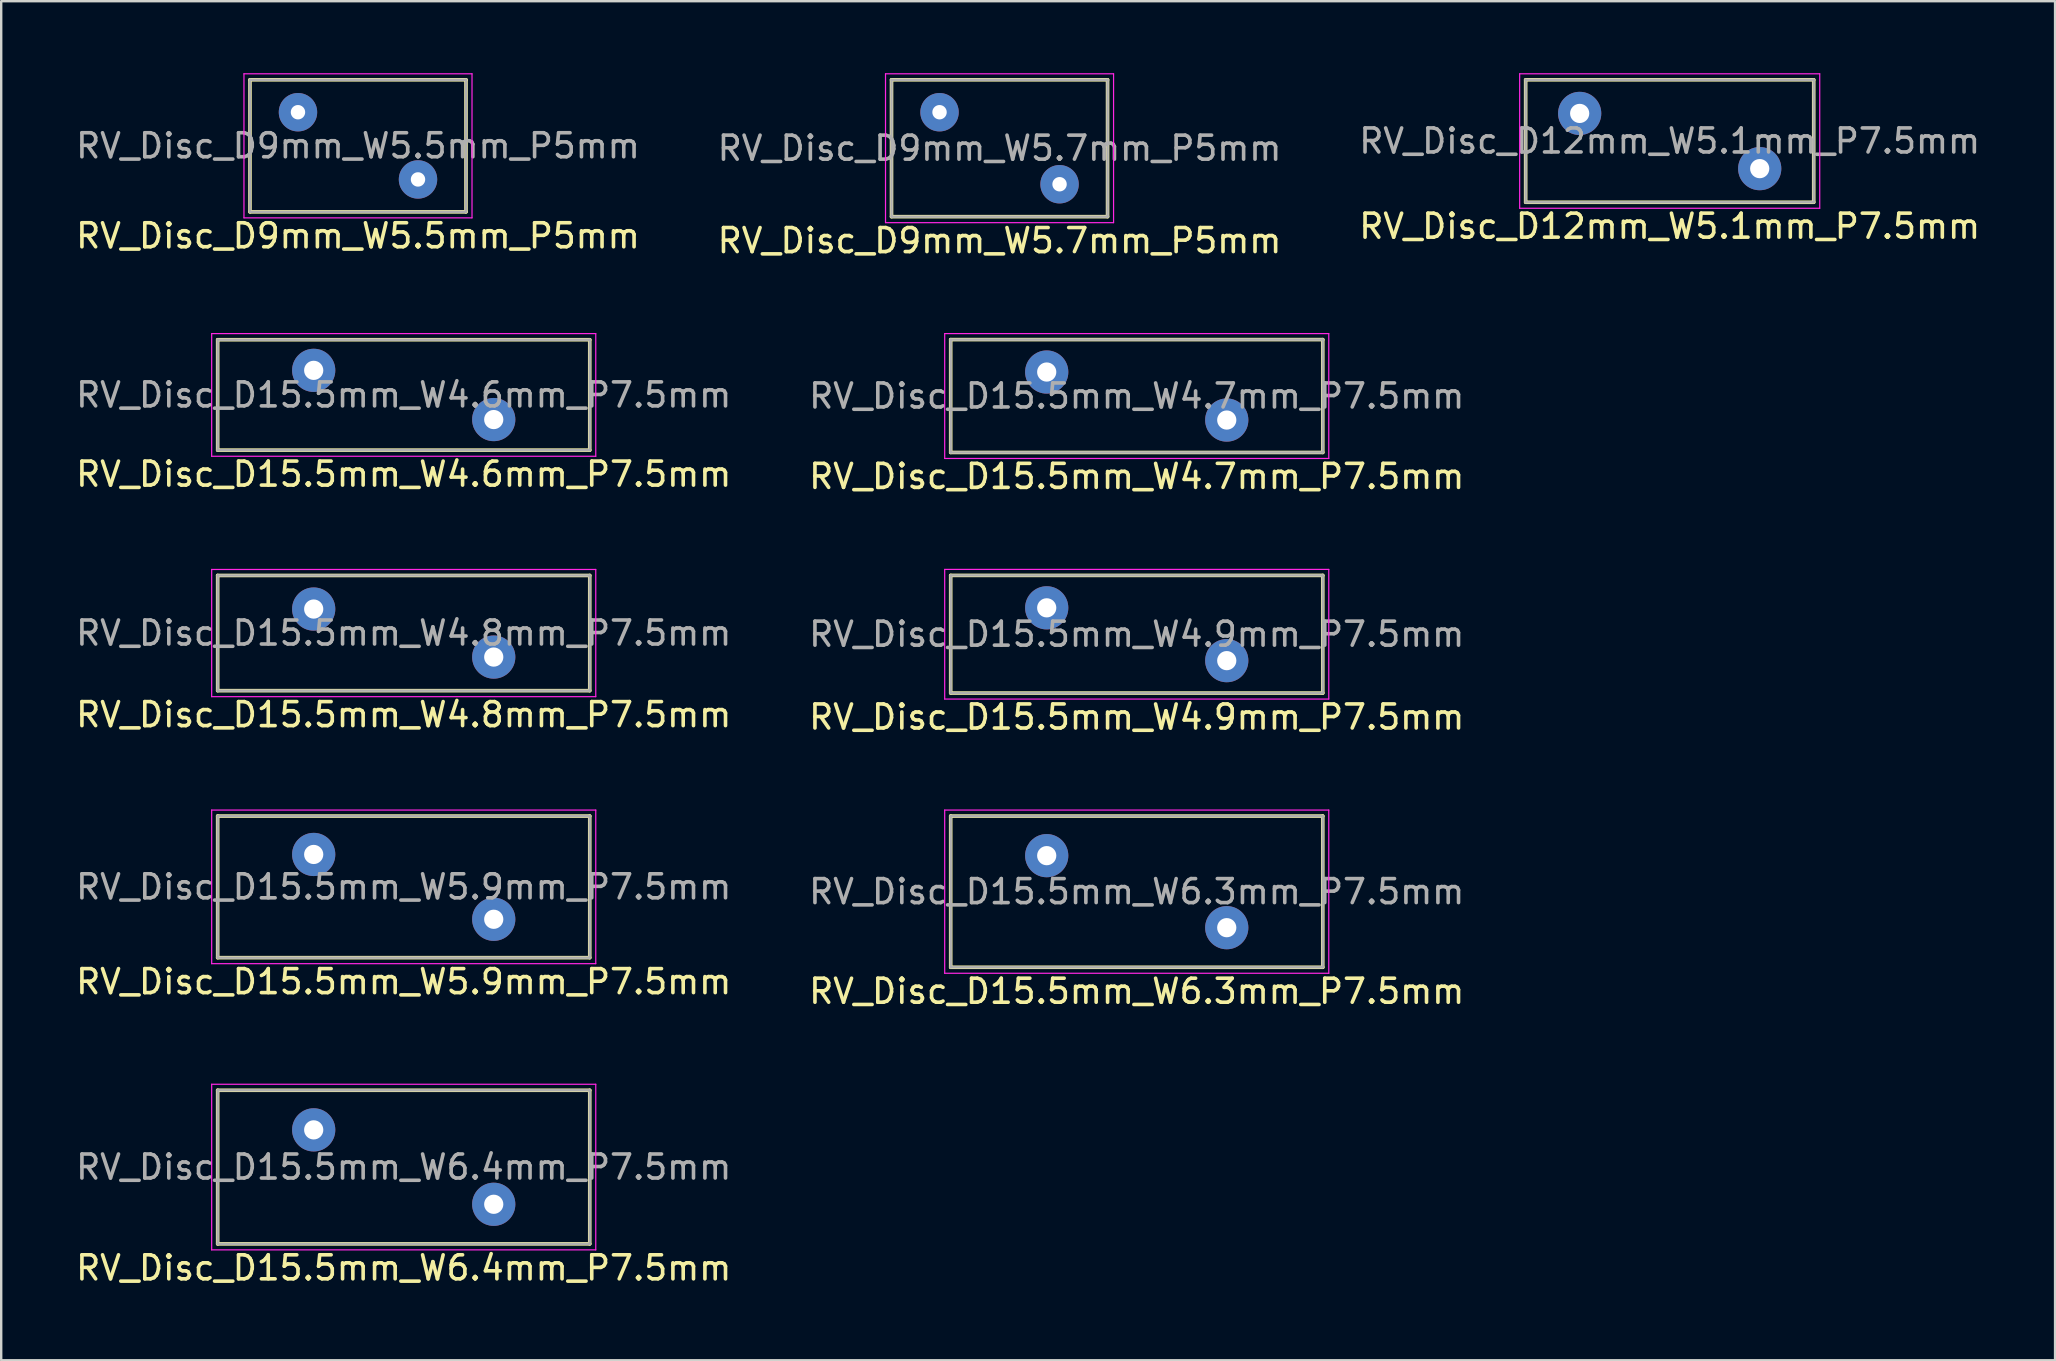
<source format=kicad_pcb>
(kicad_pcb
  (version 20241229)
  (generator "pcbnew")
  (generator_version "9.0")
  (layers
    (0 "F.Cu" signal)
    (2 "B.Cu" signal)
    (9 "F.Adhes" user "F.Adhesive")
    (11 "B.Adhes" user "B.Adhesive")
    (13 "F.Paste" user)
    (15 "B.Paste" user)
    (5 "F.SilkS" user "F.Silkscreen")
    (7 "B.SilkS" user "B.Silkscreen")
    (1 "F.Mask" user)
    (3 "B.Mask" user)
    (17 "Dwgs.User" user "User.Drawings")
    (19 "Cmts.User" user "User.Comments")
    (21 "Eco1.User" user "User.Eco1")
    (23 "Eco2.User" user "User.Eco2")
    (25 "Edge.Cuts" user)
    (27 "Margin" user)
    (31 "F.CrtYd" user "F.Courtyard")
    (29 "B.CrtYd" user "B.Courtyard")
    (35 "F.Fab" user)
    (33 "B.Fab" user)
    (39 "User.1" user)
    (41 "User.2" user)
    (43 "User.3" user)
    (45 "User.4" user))
  (footprint "RV_Disc_D15.5mm_W4.9mm_P7.5mm"
    (layer "F.Cu")
    (at 40.554 22.271)
    (property "Reference" "RV_Disc_D15.5mm_W4.9mm_P7.5mm" (at 3.75 4.55 0) (layer "F.SilkS") (effects (font (size 1 1) (thickness 0.15))))
    (attr through_hole)
    (fp_line (start -4 -1.35) (end -4 3.55) (stroke (width 0.15) (type solid)) (layer "F.SilkS"))
    (fp_line (start -4 -1.35) (end 11.5 -1.35) (stroke (width 0.15) (type solid)) (layer "F.SilkS"))
    (fp_line (start -4 3.55) (end 11.5 3.55) (stroke (width 0.15) (type solid)) (layer "F.SilkS"))
    (fp_line (start 11.5 -1.35) (end 11.5 3.55) (stroke (width 0.15) (type solid)) (layer "F.SilkS"))
    (fp_line (start -4.25 -1.6) (end -4.25 3.8) (stroke (width 0.05) (type solid)) (layer "F.CrtYd"))
    (fp_line (start -4.25 -1.6) (end 11.75 -1.6) (stroke (width 0.05) (type solid)) (layer "F.CrtYd"))
    (fp_line (start -4.25 3.8) (end 11.75 3.8) (stroke (width 0.05) (type solid)) (layer "F.CrtYd"))
    (fp_line (start 11.75 -1.6) (end 11.75 3.8) (stroke (width 0.05) (type solid)) (layer "F.CrtYd"))
    (fp_line (start -4 -1.35) (end -4 3.55) (stroke (width 0.1) (type solid)) (layer "F.Fab"))
    (fp_line (start -4 -1.35) (end 11.5 -1.35) (stroke (width 0.1) (type solid)) (layer "F.Fab"))
    (fp_line (start -4 3.55) (end 11.5 3.55) (stroke (width 0.1) (type solid)) (layer "F.Fab"))
    (fp_line (start 11.5 -1.35) (end 11.5 3.55) (stroke (width 0.1) (type solid)) (layer "F.Fab"))
    (fp_text user "${REFERENCE}" (at 3.75 1.1 0) (layer "F.Fab") (effects (font (size 1 1) (thickness 0.15))))
    (pad "1" thru_hole circle (at 0 0) (size 1.8 1.8) (drill 0.8) (layers "*.Cu" "*.Mask"))
    (pad "2" thru_hole circle (at 7.5 2.2) (size 1.8 1.8) (drill 0.8) (layers "*.Cu" "*.Mask")))
  (footprint "RV_Disc_D15.5mm_W4.7mm_P7.5mm"
    (layer "F.Cu")
    (at 40.554 12.448)
    (property "Reference" "RV_Disc_D15.5mm_W4.7mm_P7.5mm" (at 3.75 4.35 0) (layer "F.SilkS") (effects (font (size 1 1) (thickness 0.15))))
    (attr through_hole)
    (fp_line (start -4 -1.35) (end -4 3.35) (stroke (width 0.15) (type solid)) (layer "F.SilkS"))
    (fp_line (start -4 -1.35) (end 11.5 -1.35) (stroke (width 0.15) (type solid)) (layer "F.SilkS"))
    (fp_line (start -4 3.35) (end 11.5 3.35) (stroke (width 0.15) (type solid)) (layer "F.SilkS"))
    (fp_line (start 11.5 -1.35) (end 11.5 3.35) (stroke (width 0.15) (type solid)) (layer "F.SilkS"))
    (fp_line (start -4.25 -1.6) (end -4.25 3.6) (stroke (width 0.05) (type solid)) (layer "F.CrtYd"))
    (fp_line (start -4.25 -1.6) (end 11.75 -1.6) (stroke (width 0.05) (type solid)) (layer "F.CrtYd"))
    (fp_line (start -4.25 3.6) (end 11.75 3.6) (stroke (width 0.05) (type solid)) (layer "F.CrtYd"))
    (fp_line (start 11.75 -1.6) (end 11.75 3.6) (stroke (width 0.05) (type solid)) (layer "F.CrtYd"))
    (fp_line (start -4 -1.35) (end -4 3.35) (stroke (width 0.1) (type solid)) (layer "F.Fab"))
    (fp_line (start -4 -1.35) (end 11.5 -1.35) (stroke (width 0.1) (type solid)) (layer "F.Fab"))
    (fp_line (start -4 3.35) (end 11.5 3.35) (stroke (width 0.1) (type solid)) (layer "F.Fab"))
    (fp_line (start 11.5 -1.35) (end 11.5 3.35) (stroke (width 0.1) (type solid)) (layer "F.Fab"))
    (fp_text user "${REFERENCE}" (at 3.75 1 0) (layer "F.Fab") (effects (font (size 1 1) (thickness 0.15))))
    (pad "1" thru_hole circle (at 0 0) (size 1.8 1.8) (drill 0.8) (layers "*.Cu" "*.Mask"))
    (pad "2" thru_hole circle (at 7.5 2) (size 1.8 1.8) (drill 0.8) (layers "*.Cu" "*.Mask")))
  (footprint "RV_Disc_D15.5mm_W4.6mm_P7.5mm"
    (layer "F.Cu")
    (at 10.018 12.378)
    (property "Reference" "RV_Disc_D15.5mm_W4.6mm_P7.5mm" (at 3.75 4.325 0) (layer "F.SilkS") (effects (font (size 1 1) (thickness 0.15))))
    (attr through_hole)
    (fp_line (start -4 -1.275) (end -4 3.325) (stroke (width 0.15) (type solid)) (layer "F.SilkS"))
    (fp_line (start -4 -1.275) (end 11.5 -1.275) (stroke (width 0.15) (type solid)) (layer "F.SilkS"))
    (fp_line (start -4 3.325) (end 11.5 3.325) (stroke (width 0.15) (type solid)) (layer "F.SilkS"))
    (fp_line (start 11.5 -1.275) (end 11.5 3.325) (stroke (width 0.15) (type solid)) (layer "F.SilkS"))
    (fp_line (start -4.25 -1.53) (end -4.25 3.58) (stroke (width 0.05) (type solid)) (layer "F.CrtYd"))
    (fp_line (start -4.25 -1.53) (end 11.75 -1.53) (stroke (width 0.05) (type solid)) (layer "F.CrtYd"))
    (fp_line (start -4.25 3.58) (end 11.75 3.58) (stroke (width 0.05) (type solid)) (layer "F.CrtYd"))
    (fp_line (start 11.75 -1.53) (end 11.75 3.58) (stroke (width 0.05) (type solid)) (layer "F.CrtYd"))
    (fp_line (start -4 -1.275) (end -4 3.325) (stroke (width 0.1) (type solid)) (layer "F.Fab"))
    (fp_line (start -4 -1.275) (end 11.5 -1.275) (stroke (width 0.1) (type solid)) (layer "F.Fab"))
    (fp_line (start -4 3.325) (end 11.5 3.325) (stroke (width 0.1) (type solid)) (layer "F.Fab"))
    (fp_line (start 11.5 -1.275) (end 11.5 3.325) (stroke (width 0.1) (type solid)) (layer "F.Fab"))
    (fp_text user "${REFERENCE}" (at 3.75 1.025 0) (layer "F.Fab") (effects (font (size 1 1) (thickness 0.15))))
    (pad "1" thru_hole circle (at 0 0) (size 1.8 1.8) (drill 0.8) (layers "*.Cu" "*.Mask"))
    (pad "2" thru_hole circle (at 7.5 2.05) (size 1.8 1.8) (drill 0.8) (layers "*.Cu" "*.Mask")))
  (footprint "RV_Disc_D9mm_W5.7mm_P5mm"
    (layer "F.Cu")
    (at 36.089 1.625)
    (property "Reference" "RV_Disc_D9mm_W5.7mm_P5mm" (at 2.5 5.35 0) (layer "F.SilkS") (effects (font (size 1 1) (thickness 0.15))))
    (attr through_hole)
    (fp_line (start -2 -1.35) (end -2 4.35) (stroke (width 0.15) (type solid)) (layer "F.SilkS"))
    (fp_line (start -2 -1.35) (end 7 -1.35) (stroke (width 0.15) (type solid)) (layer "F.SilkS"))
    (fp_line (start -2 4.35) (end 7 4.35) (stroke (width 0.15) (type solid)) (layer "F.SilkS"))
    (fp_line (start 7 -1.35) (end 7 4.35) (stroke (width 0.15) (type solid)) (layer "F.SilkS"))
    (fp_line (start -2.25 -1.6) (end -2.25 4.6) (stroke (width 0.05) (type solid)) (layer "F.CrtYd"))
    (fp_line (start -2.25 -1.6) (end 7.25 -1.6) (stroke (width 0.05) (type solid)) (layer "F.CrtYd"))
    (fp_line (start -2.25 4.6) (end 7.25 4.6) (stroke (width 0.05) (type solid)) (layer "F.CrtYd"))
    (fp_line (start 7.25 -1.6) (end 7.25 4.6) (stroke (width 0.05) (type solid)) (layer "F.CrtYd"))
    (fp_line (start -2 -1.35) (end -2 4.35) (stroke (width 0.1) (type solid)) (layer "F.Fab"))
    (fp_line (start -2 -1.35) (end 7 -1.35) (stroke (width 0.1) (type solid)) (layer "F.Fab"))
    (fp_line (start -2 4.35) (end 7 4.35) (stroke (width 0.1) (type solid)) (layer "F.Fab"))
    (fp_line (start 7 -1.35) (end 7 4.35) (stroke (width 0.1) (type solid)) (layer "F.Fab"))
    (fp_text user "${REFERENCE}" (at 2.5 1.5 0) (layer "F.Fab") (effects (font (size 1 1) (thickness 0.15))))
    (pad "1" thru_hole circle (at 0 0) (size 1.6 1.6) (drill 0.6) (layers "*.Cu" "*.Mask"))
    (pad "2" thru_hole circle (at 5 3) (size 1.6 1.6) (drill 0.6) (layers "*.Cu" "*.Mask")))
  (footprint "RV_Disc_D15.5mm_W4.8mm_P7.5mm"
    (layer "F.Cu")
    (at 10.018 22.322)
    (property "Reference" "RV_Disc_D15.5mm_W4.8mm_P7.5mm" (at 3.75 4.4 0) (layer "F.SilkS") (effects (font (size 1 1) (thickness 0.15))))
    (attr through_hole)
    (fp_line (start -4 -1.4) (end -4 3.4) (stroke (width 0.15) (type solid)) (layer "F.SilkS"))
    (fp_line (start -4 -1.4) (end 11.5 -1.4) (stroke (width 0.15) (type solid)) (layer "F.SilkS"))
    (fp_line (start -4 3.4) (end 11.5 3.4) (stroke (width 0.15) (type solid)) (layer "F.SilkS"))
    (fp_line (start 11.5 -1.4) (end 11.5 3.4) (stroke (width 0.15) (type solid)) (layer "F.SilkS"))
    (fp_line (start -4.25 -1.65) (end -4.25 3.65) (stroke (width 0.05) (type solid)) (layer "F.CrtYd"))
    (fp_line (start -4.25 -1.65) (end 11.75 -1.65) (stroke (width 0.05) (type solid)) (layer "F.CrtYd"))
    (fp_line (start -4.25 3.65) (end 11.75 3.65) (stroke (width 0.05) (type solid)) (layer "F.CrtYd"))
    (fp_line (start 11.75 -1.65) (end 11.75 3.65) (stroke (width 0.05) (type solid)) (layer "F.CrtYd"))
    (fp_line (start -4 -1.4) (end -4 3.4) (stroke (width 0.1) (type solid)) (layer "F.Fab"))
    (fp_line (start -4 -1.4) (end 11.5 -1.4) (stroke (width 0.1) (type solid)) (layer "F.Fab"))
    (fp_line (start -4 3.4) (end 11.5 3.4) (stroke (width 0.1) (type solid)) (layer "F.Fab"))
    (fp_line (start 11.5 -1.4) (end 11.5 3.4) (stroke (width 0.1) (type solid)) (layer "F.Fab"))
    (fp_text user "${REFERENCE}" (at 3.75 1 0) (layer "F.Fab") (effects (font (size 1 1) (thickness 0.15))))
    (pad "1" thru_hole circle (at 0 0) (size 1.8 1.8) (drill 0.8) (layers "*.Cu" "*.Mask"))
    (pad "2" thru_hole circle (at 7.5 2) (size 1.8 1.8) (drill 0.8) (layers "*.Cu" "*.Mask")))
  (footprint "RV_Disc_D15.5mm_W5.9mm_P7.5mm"
    (layer "F.Cu")
    (at 10.018 32.545)
    (property "Reference" "RV_Disc_D15.5mm_W5.9mm_P7.5mm" (at 3.75 5.3 0) (layer "F.SilkS") (effects (font (size 1 1) (thickness 0.15))))
    (attr through_hole)
    (fp_line (start -4 -1.6) (end -4 4.3) (stroke (width 0.15) (type solid)) (layer "F.SilkS"))
    (fp_line (start -4 -1.6) (end 11.5 -1.6) (stroke (width 0.15) (type solid)) (layer "F.SilkS"))
    (fp_line (start -4 4.3) (end 11.5 4.3) (stroke (width 0.15) (type solid)) (layer "F.SilkS"))
    (fp_line (start 11.5 -1.6) (end 11.5 4.3) (stroke (width 0.15) (type solid)) (layer "F.SilkS"))
    (fp_line (start -4.25 -1.85) (end -4.25 4.55) (stroke (width 0.05) (type solid)) (layer "F.CrtYd"))
    (fp_line (start -4.25 -1.85) (end 11.75 -1.85) (stroke (width 0.05) (type solid)) (layer "F.CrtYd"))
    (fp_line (start -4.25 4.55) (end 11.75 4.55) (stroke (width 0.05) (type solid)) (layer "F.CrtYd"))
    (fp_line (start 11.75 -1.85) (end 11.75 4.55) (stroke (width 0.05) (type solid)) (layer "F.CrtYd"))
    (fp_line (start -4 -1.6) (end -4 4.3) (stroke (width 0.1) (type solid)) (layer "F.Fab"))
    (fp_line (start -4 -1.6) (end 11.5 -1.6) (stroke (width 0.1) (type solid)) (layer "F.Fab"))
    (fp_line (start -4 4.3) (end 11.5 4.3) (stroke (width 0.1) (type solid)) (layer "F.Fab"))
    (fp_line (start 11.5 -1.6) (end 11.5 4.3) (stroke (width 0.1) (type solid)) (layer "F.Fab"))
    (fp_text user "${REFERENCE}" (at 3.75 1.35 0) (layer "F.Fab") (effects (font (size 1 1) (thickness 0.15))))
    (pad "1" thru_hole circle (at 0 0) (size 1.8 1.8) (drill 0.8) (layers "*.Cu" "*.Mask"))
    (pad "2" thru_hole circle (at 7.5 2.7) (size 1.8 1.8) (drill 0.8) (layers "*.Cu" "*.Mask")))
  (footprint "RV_Disc_D9mm_W5.5mm_P5mm"
    (layer "F.Cu")
    (at 9.363 1.625)
    (property "Reference" "RV_Disc_D9mm_W5.5mm_P5mm" (at 2.5 5.15 0) (layer "F.SilkS") (effects (font (size 1 1) (thickness 0.15))))
    (attr through_hole)
    (fp_line (start -2 -1.35) (end -2 4.15) (stroke (width 0.15) (type solid)) (layer "F.SilkS"))
    (fp_line (start -2 -1.35) (end 7 -1.35) (stroke (width 0.15) (type solid)) (layer "F.SilkS"))
    (fp_line (start -2 4.15) (end 7 4.15) (stroke (width 0.15) (type solid)) (layer "F.SilkS"))
    (fp_line (start 7 -1.35) (end 7 4.15) (stroke (width 0.15) (type solid)) (layer "F.SilkS"))
    (fp_line (start -2.25 -1.6) (end -2.25 4.4) (stroke (width 0.05) (type solid)) (layer "F.CrtYd"))
    (fp_line (start -2.25 -1.6) (end 7.25 -1.6) (stroke (width 0.05) (type solid)) (layer "F.CrtYd"))
    (fp_line (start -2.25 4.4) (end 7.25 4.4) (stroke (width 0.05) (type solid)) (layer "F.CrtYd"))
    (fp_line (start 7.25 -1.6) (end 7.25 4.4) (stroke (width 0.05) (type solid)) (layer "F.CrtYd"))
    (fp_line (start -2 -1.35) (end -2 4.15) (stroke (width 0.1) (type solid)) (layer "F.Fab"))
    (fp_line (start -2 -1.35) (end 7 -1.35) (stroke (width 0.1) (type solid)) (layer "F.Fab"))
    (fp_line (start -2 4.15) (end 7 4.15) (stroke (width 0.1) (type solid)) (layer "F.Fab"))
    (fp_line (start 7 -1.35) (end 7 4.15) (stroke (width 0.1) (type solid)) (layer "F.Fab"))
    (fp_text user "${REFERENCE}" (at 2.5 1.4 0) (layer "F.Fab") (effects (font (size 1 1) (thickness 0.15))))
    (pad "1" thru_hole circle (at 0 0) (size 1.6 1.6) (drill 0.6) (layers "*.Cu" "*.Mask"))
    (pad "2" thru_hole circle (at 5 2.8) (size 1.6 1.6) (drill 0.6) (layers "*.Cu" "*.Mask")))
  (footprint "RV_Disc_D12mm_W5.1mm_P7.5mm"
    (layer "F.Cu")
    (at 62.756 1.675)
    (property "Reference" "RV_Disc_D12mm_W5.1mm_P7.5mm" (at 3.75 4.7 0) (layer "F.SilkS") (effects (font (size 1 1) (thickness 0.15))))
    (attr through_hole)
    (fp_line (start -2.25 -1.4) (end -2.25 3.7) (stroke (width 0.15) (type solid)) (layer "F.SilkS"))
    (fp_line (start -2.25 -1.4) (end 9.75 -1.4) (stroke (width 0.15) (type solid)) (layer "F.SilkS"))
    (fp_line (start -2.25 3.7) (end 9.75 3.7) (stroke (width 0.15) (type solid)) (layer "F.SilkS"))
    (fp_line (start 9.75 -1.4) (end 9.75 3.7) (stroke (width 0.15) (type solid)) (layer "F.SilkS"))
    (fp_line (start -2.5 -1.65) (end -2.5 3.95) (stroke (width 0.05) (type solid)) (layer "F.CrtYd"))
    (fp_line (start -2.5 -1.65) (end 10 -1.65) (stroke (width 0.05) (type solid)) (layer "F.CrtYd"))
    (fp_line (start -2.5 3.95) (end 10 3.95) (stroke (width 0.05) (type solid)) (layer "F.CrtYd"))
    (fp_line (start 10 -1.65) (end 10 3.95) (stroke (width 0.05) (type solid)) (layer "F.CrtYd"))
    (fp_line (start -2.25 -1.4) (end -2.25 3.7) (stroke (width 0.1) (type solid)) (layer "F.Fab"))
    (fp_line (start -2.25 -1.4) (end 9.75 -1.4) (stroke (width 0.1) (type solid)) (layer "F.Fab"))
    (fp_line (start -2.25 3.7) (end 9.75 3.7) (stroke (width 0.1) (type solid)) (layer "F.Fab"))
    (fp_line (start 9.75 -1.4) (end 9.75 3.7) (stroke (width 0.1) (type solid)) (layer "F.Fab"))
    (fp_text user "${REFERENCE}" (at 3.75 1.15 0) (layer "F.Fab") (effects (font (size 1 1) (thickness 0.15))))
    (pad "1" thru_hole circle (at 0 0) (size 1.8 1.8) (drill 0.8) (layers "*.Cu" "*.Mask"))
    (pad "2" thru_hole circle (at 7.5 2.3) (size 1.8 1.8) (drill 0.8) (layers "*.Cu" "*.Mask")))
  (footprint "RV_Disc_D15.5mm_W6.4mm_P7.5mm"
    (layer "F.Cu")
    (at 10.018 44.018)
    (property "Reference" "RV_Disc_D15.5mm_W6.4mm_P7.5mm" (at 3.75 5.75 0) (layer "F.SilkS") (effects (font (size 1 1) (thickness 0.15))))
    (attr through_hole)
    (fp_line (start -4 -1.65) (end -4 4.75) (stroke (width 0.15) (type solid)) (layer "F.SilkS"))
    (fp_line (start -4 -1.65) (end 11.5 -1.65) (stroke (width 0.15) (type solid)) (layer "F.SilkS"))
    (fp_line (start -4 4.75) (end 11.5 4.75) (stroke (width 0.15) (type solid)) (layer "F.SilkS"))
    (fp_line (start 11.5 -1.65) (end 11.5 4.75) (stroke (width 0.15) (type solid)) (layer "F.SilkS"))
    (fp_line (start -4.25 -1.9) (end -4.25 5) (stroke (width 0.05) (type solid)) (layer "F.CrtYd"))
    (fp_line (start -4.25 -1.9) (end 11.75 -1.9) (stroke (width 0.05) (type solid)) (layer "F.CrtYd"))
    (fp_line (start -4.25 5) (end 11.75 5) (stroke (width 0.05) (type solid)) (layer "F.CrtYd"))
    (fp_line (start 11.75 -1.9) (end 11.75 5) (stroke (width 0.05) (type solid)) (layer "F.CrtYd"))
    (fp_line (start -4 -1.65) (end -4 4.75) (stroke (width 0.1) (type solid)) (layer "F.Fab"))
    (fp_line (start -4 -1.65) (end 11.5 -1.65) (stroke (width 0.1) (type solid)) (layer "F.Fab"))
    (fp_line (start -4 4.75) (end 11.5 4.75) (stroke (width 0.1) (type solid)) (layer "F.Fab"))
    (fp_line (start 11.5 -1.65) (end 11.5 4.75) (stroke (width 0.1) (type solid)) (layer "F.Fab"))
    (fp_text user "${REFERENCE}" (at 3.75 1.55 0) (layer "F.Fab") (effects (font (size 1 1) (thickness 0.15))))
    (pad "1" thru_hole circle (at 0 0) (size 1.8 1.8) (drill 0.8) (layers "*.Cu" "*.Mask"))
    (pad "2" thru_hole circle (at 7.5 3.1) (size 1.8 1.8) (drill 0.8) (layers "*.Cu" "*.Mask")))
  (footprint "RV_Disc_D15.5mm_W6.3mm_P7.5mm"
    (layer "F.Cu")
    (at 40.554 32.595)
    (property "Reference" "RV_Disc_D15.5mm_W6.3mm_P7.5mm" (at 3.75 5.65 0) (layer "F.SilkS") (effects (font (size 1 1) (thickness 0.15))))
    (attr through_hole)
    (fp_line (start -4 -1.65) (end -4 4.65) (stroke (width 0.15) (type solid)) (layer "F.SilkS"))
    (fp_line (start -4 -1.65) (end 11.5 -1.65) (stroke (width 0.15) (type solid)) (layer "F.SilkS"))
    (fp_line (start -4 4.65) (end 11.5 4.65) (stroke (width 0.15) (type solid)) (layer "F.SilkS"))
    (fp_line (start 11.5 -1.65) (end 11.5 4.65) (stroke (width 0.15) (type solid)) (layer "F.SilkS"))
    (fp_line (start -4.25 -1.9) (end -4.25 4.9) (stroke (width 0.05) (type solid)) (layer "F.CrtYd"))
    (fp_line (start -4.25 -1.9) (end 11.75 -1.9) (stroke (width 0.05) (type solid)) (layer "F.CrtYd"))
    (fp_line (start -4.25 4.9) (end 11.75 4.9) (stroke (width 0.05) (type solid)) (layer "F.CrtYd"))
    (fp_line (start 11.75 -1.9) (end 11.75 4.9) (stroke (width 0.05) (type solid)) (layer "F.CrtYd"))
    (fp_line (start -4 -1.65) (end -4 4.65) (stroke (width 0.1) (type solid)) (layer "F.Fab"))
    (fp_line (start -4 -1.65) (end 11.5 -1.65) (stroke (width 0.1) (type solid)) (layer "F.Fab"))
    (fp_line (start -4 4.65) (end 11.5 4.65) (stroke (width 0.1) (type solid)) (layer "F.Fab"))
    (fp_line (start 11.5 -1.65) (end 11.5 4.65) (stroke (width 0.1) (type solid)) (layer "F.Fab"))
    (fp_text user "${REFERENCE}" (at 3.75 1.5 0) (layer "F.Fab") (effects (font (size 1 1) (thickness 0.15))))
    (pad "1" thru_hole circle (at 0 0) (size 1.8 1.8) (drill 0.8) (layers "*.Cu" "*.Mask"))
    (pad "2" thru_hole circle (at 7.5 3) (size 1.8 1.8) (drill 0.8) (layers "*.Cu" "*.Mask")))
  (gr_rect
    (start -3 -3)
    (end 82.56 53.616)
    (stroke (width 0.1) (type default))
    (fill no)
    (layer "Edge.Cuts")))
</source>
